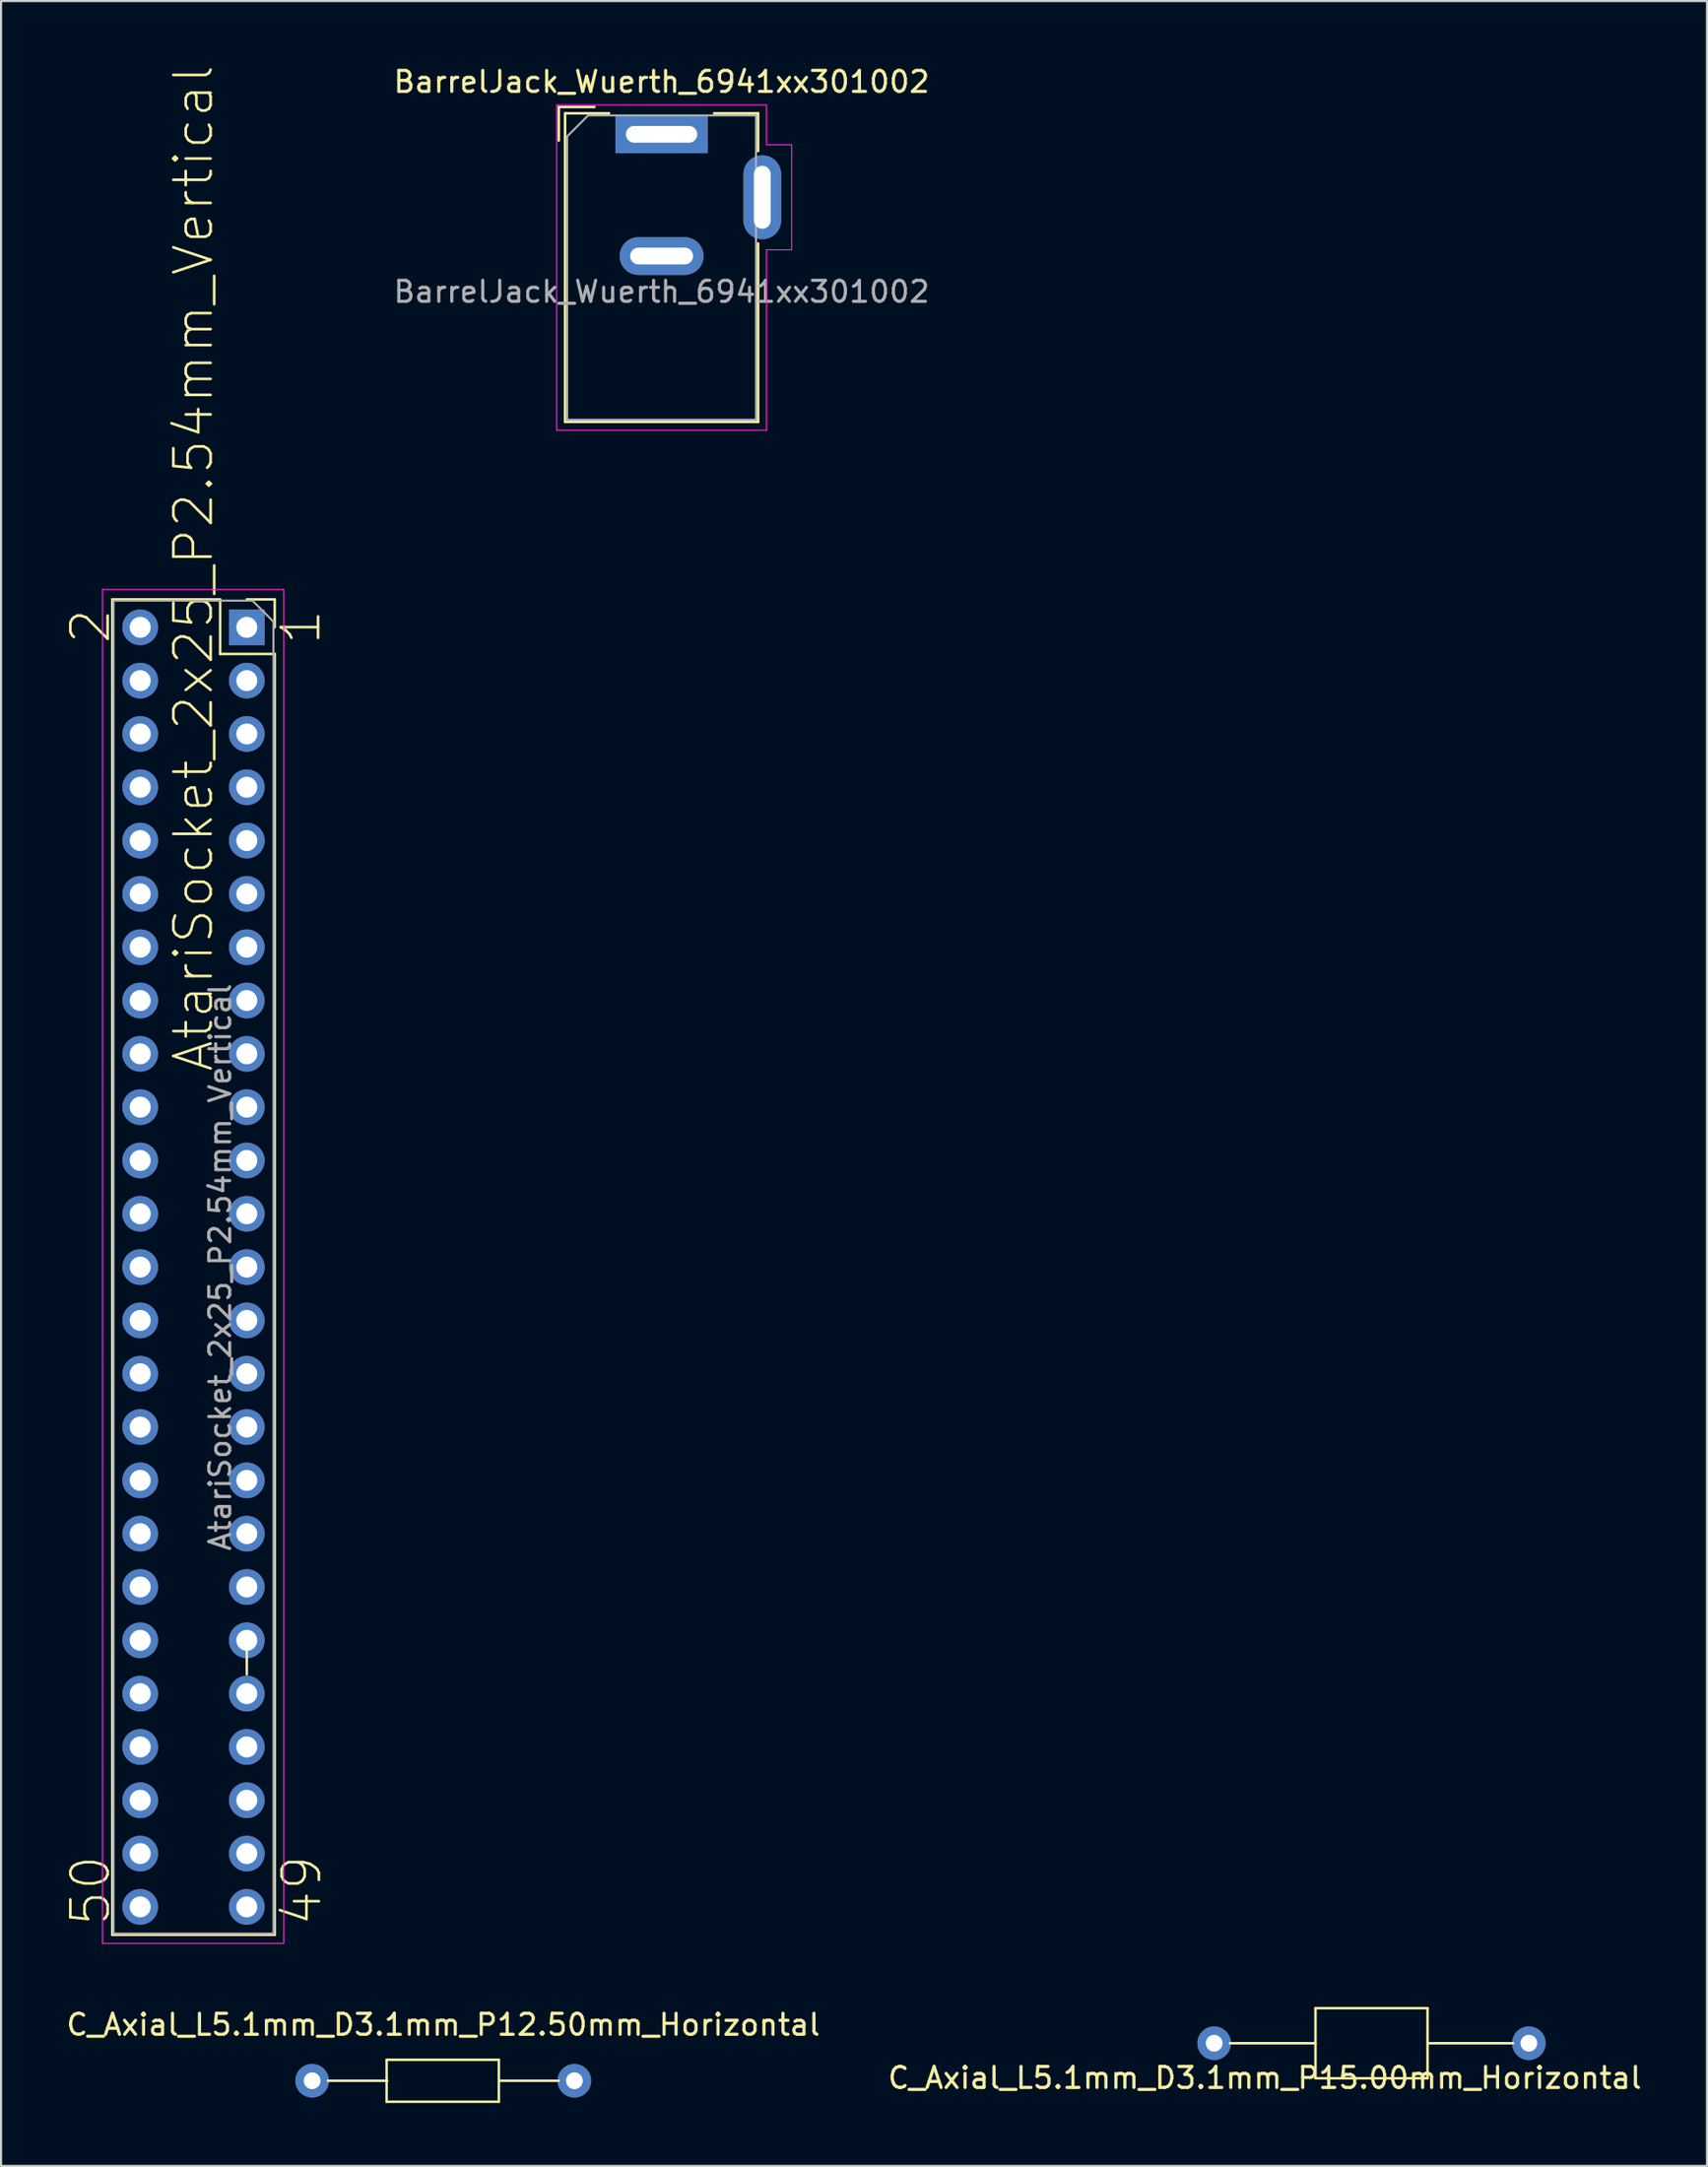
<source format=kicad_pcb>
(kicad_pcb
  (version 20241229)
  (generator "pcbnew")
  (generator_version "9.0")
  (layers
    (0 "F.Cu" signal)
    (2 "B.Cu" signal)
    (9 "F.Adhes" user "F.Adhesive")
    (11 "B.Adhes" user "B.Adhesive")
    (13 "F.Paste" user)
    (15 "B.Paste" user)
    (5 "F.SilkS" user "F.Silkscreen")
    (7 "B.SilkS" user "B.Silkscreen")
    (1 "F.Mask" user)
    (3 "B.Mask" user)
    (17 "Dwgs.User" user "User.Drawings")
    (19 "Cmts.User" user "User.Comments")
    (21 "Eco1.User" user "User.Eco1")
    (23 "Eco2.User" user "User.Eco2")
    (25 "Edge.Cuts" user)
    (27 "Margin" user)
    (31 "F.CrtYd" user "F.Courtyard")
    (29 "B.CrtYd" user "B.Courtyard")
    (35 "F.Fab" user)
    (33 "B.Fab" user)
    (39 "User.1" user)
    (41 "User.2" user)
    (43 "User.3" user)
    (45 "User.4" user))
  (footprint "C_Axial_L5.1mm_D3.1mm_P12.50mm_Horizontal"
    (layer "F.Cu")
    (at 11.827 96.079)
    (property "Reference" "C_Axial_L5.1mm_D3.1mm_P12.50mm_Horizontal" (at 6.25 -2.67 0) (layer "F.SilkS") (effects (font (size 1 1) (thickness 0.15))))
    (attr through_hole)
    (fp_line (start 0.75 0) (end 3.58 0) (stroke (width 0.12) (type solid)) (layer "F.SilkS"))
    (fp_line (start 3.55 -1) (end 3.55 1) (stroke (width 0.12) (type solid)) (layer "F.SilkS"))
    (fp_line (start 3.55 1) (end 8.9 1) (stroke (width 0.12) (type solid)) (layer "F.SilkS"))
    (fp_line (start 8.9 -1) (end 3.55 -1) (stroke (width 0.12) (type solid)) (layer "F.SilkS"))
    (fp_line (start 8.9 1) (end 8.9 -1) (stroke (width 0.12) (type solid)) (layer "F.SilkS"))
    (fp_line (start 11.75 0) (end 8.92 0) (stroke (width 0.12) (type solid)) (layer "F.SilkS"))
    (pad "1" thru_hole circle (at 0 0) (size 1.6 1.6) (drill 0.8) (layers "*.Cu" "*.Mask"))
    (pad "2" thru_hole oval (at 12.5 0) (size 1.6 1.6) (drill 0.8) (layers "*.Cu" "*.Mask")))
  (footprint "BarrelJack_Wuerth_6941xx301002"
    (layer "F.Cu")
    (at 28.483 3.348)
    (property "Reference" "BarrelJack_Wuerth_6941xx301002" (at 0 -2.5 0) (layer "F.SilkS") (effects (font (size 1 1) (thickness 0.15))))
    (attr through_hole)
    (fp_line (start -4.9 -1.3) (end -4.9 0.3) (stroke (width 0.12) (type solid)) (layer "F.SilkS"))
    (fp_line (start -4.6 -1) (end -2.5 -1) (stroke (width 0.12) (type solid)) (layer "F.SilkS"))
    (fp_line (start -4.6 13.7) (end -4.6 -1) (stroke (width 0.12) (type solid)) (layer "F.SilkS"))
    (fp_line (start -3.2 -1.3) (end -4.9 -1.3) (stroke (width 0.12) (type solid)) (layer "F.SilkS"))
    (fp_line (start 2.5 -1) (end 4.6 -1) (stroke (width 0.12) (type solid)) (layer "F.SilkS"))
    (fp_line (start 4.6 -1) (end 4.6 0.8) (stroke (width 0.12) (type solid)) (layer "F.SilkS"))
    (fp_line (start 4.6 5.2) (end 4.6 13.7) (stroke (width 0.12) (type solid)) (layer "F.SilkS"))
    (fp_line (start 4.6 13.7) (end -4.6 13.7) (stroke (width 0.12) (type solid)) (layer "F.SilkS"))
    (fp_line (start -5 -1.4) (end -5 14.1) (stroke (width 0.05) (type solid)) (layer "F.CrtYd"))
    (fp_line (start -5 14.1) (end 5 14.1) (stroke (width 0.05) (type solid)) (layer "F.CrtYd"))
    (fp_line (start 5 -1.4) (end -5 -1.4) (stroke (width 0.05) (type solid)) (layer "F.CrtYd"))
    (fp_line (start 5 0.5) (end 5 -1.4) (stroke (width 0.05) (type solid)) (layer "F.CrtYd"))
    (fp_line (start 5 14.1) (end 5 5.5) (stroke (width 0.05) (type solid)) (layer "F.CrtYd"))
    (fp_line (start 6.2 0.5) (end 5 0.5) (stroke (width 0.05) (type solid)) (layer "F.CrtYd"))
    (fp_line (start 6.2 0.5) (end 6.2 5.5) (stroke (width 0.05) (type solid)) (layer "F.CrtYd"))
    (fp_line (start 6.2 5.5) (end 5 5.5) (stroke (width 0.05) (type solid)) (layer "F.CrtYd"))
    (fp_line (start -4.5 0.1) (end -3.5 -0.9) (stroke (width 0.1) (type solid)) (layer "F.Fab"))
    (fp_line (start -4.5 13.6) (end -4.5 0.1) (stroke (width 0.1) (type solid)) (layer "F.Fab"))
    (fp_line (start 4.5 -0.9) (end -3.5 -0.9) (stroke (width 0.1) (type solid)) (layer "F.Fab"))
    (fp_line (start 4.5 -0.9) (end 4.5 13.6) (stroke (width 0.1) (type solid)) (layer "F.Fab"))
    (fp_line (start 4.5 13.6) (end -4.5 13.6) (stroke (width 0.1) (type solid)) (layer "F.Fab"))
    (fp_text user "${REFERENCE}" (at 0 7.5 0) (layer "F.Fab") (effects (font (size 1 1) (thickness 0.15))))
    (pad "1" thru_hole oval (at 0 5.8) (size 4 1.8) (drill oval 3 0.8) (layers "*.Cu" "*.Mask"))
    (pad "2" thru_hole rect (at 0 0) (size 4.4 1.8) (drill oval 3.4 0.8) (layers "*.Cu" "*.Mask"))
    (pad "3" thru_hole oval (at 4.8 3 90) (size 4 1.8) (drill oval 3 0.8) (layers "*.Cu" "*.Mask")))
  (footprint "C_Axial_L5.1mm_D3.1mm_P15.00mm_Horizontal"
    (layer "F.Cu")
    (at 54.819 94.291)
    (property "Reference" "C_Axial_L5.1mm_D3.1mm_P15.00mm_Horizontal" (at 2.413 1.651 0) (layer "F.SilkS") (effects (font (size 1 1) (thickness 0.15))))
    (attr through_hole)
    (fp_line (start 0.75 0) (end 4.83 0) (stroke (width 0.12) (type solid)) (layer "F.SilkS"))
    (fp_line (start 4.83 -1.67) (end 4.83 1.67) (stroke (width 0.12) (type solid)) (layer "F.SilkS"))
    (fp_line (start 4.83 1.67) (end 10.17 1.67) (stroke (width 0.12) (type solid)) (layer "F.SilkS"))
    (fp_line (start 10.17 -1.67) (end 4.83 -1.67) (stroke (width 0.12) (type solid)) (layer "F.SilkS"))
    (fp_line (start 10.17 1.67) (end 10.17 -1.67) (stroke (width 0.12) (type solid)) (layer "F.SilkS"))
    (fp_line (start 14.25 0) (end 10.17 0) (stroke (width 0.12) (type solid)) (layer "F.SilkS"))
    (pad "1" thru_hole circle (at 0 0) (size 1.6 1.6) (drill 0.8) (layers "*.Cu" "*.Mask"))
    (pad "2" thru_hole oval (at 15 0) (size 1.6 1.6) (drill 0.8) (layers "*.Cu" "*.Mask")))
  (footprint "AtariSocket_2x25_P2.54mm_Vertical"
    (layer "F.Cu")
    (at 6.173 26.836)
    (property "Reference" "AtariSocket_2x25_P2.54mm_Vertical" (at 0 -2.82 270) (layer "F.SilkS") (effects (font (size 1.778 1.778) (thickness 0.127))))
    (attr through_hole)
    (fp_line (start -3.87 -1.33) (end -3.87 62.29) (stroke (width 0.12) (type solid)) (layer "F.SilkS"))
    (fp_line (start -3.87 -1.33) (end 1.27 -1.33) (stroke (width 0.12) (type solid)) (layer "F.SilkS"))
    (fp_line (start -3.87 62.29) (end 3.87 62.29) (stroke (width 0.12) (type solid)) (layer "F.SilkS"))
    (fp_line (start 1.27 -1.33) (end 1.27 1.27) (stroke (width 0.12) (type solid)) (layer "F.SilkS"))
    (fp_line (start 1.27 1.27) (end 3.87 1.27) (stroke (width 0.12) (type solid)) (layer "F.SilkS"))
    (fp_line (start 2.54 -1.33) (end 3.87 -1.33) (stroke (width 0.12) (type solid)) (layer "F.SilkS"))
    (fp_line (start 2.54 49.88) (end 2.54 47.93) (stroke (width 0.12) (type solid)) (layer "F.SilkS"))
    (fp_line (start 3.87 -1.33) (end 3.87 0) (stroke (width 0.12) (type solid)) (layer "F.SilkS"))
    (fp_line (start 3.87 1.27) (end 3.87 62.29) (stroke (width 0.12) (type solid)) (layer "F.SilkS"))
    (fp_line (start -4.34 -1.8) (end 4.3 -1.8) (stroke (width 0.05) (type solid)) (layer "F.CrtYd"))
    (fp_line (start -4.34 62.7) (end -4.34 -1.8) (stroke (width 0.05) (type solid)) (layer "F.CrtYd"))
    (fp_line (start 4.3 -1.8) (end 4.3 62.7) (stroke (width 0.05) (type solid)) (layer "F.CrtYd"))
    (fp_line (start 4.3 62.7) (end -4.34 62.7) (stroke (width 0.05) (type solid)) (layer "F.CrtYd"))
    (fp_line (start -3.81 -1.27) (end 2.81 -1.27) (stroke (width 0.1) (type solid)) (layer "F.Fab"))
    (fp_line (start -3.81 62.23) (end -3.81 -1.27) (stroke (width 0.1) (type solid)) (layer "F.Fab"))
    (fp_line (start 2.81 -1.27) (end 3.81 -0.27) (stroke (width 0.1) (type solid)) (layer "F.Fab"))
    (fp_line (start 3.81 -0.27) (end 3.81 62.23) (stroke (width 0.1) (type solid)) (layer "F.Fab"))
    (fp_line (start 3.81 62.23) (end -3.81 62.23) (stroke (width 0.1) (type solid)) (layer "F.Fab"))
    (fp_text user "1" (at 5.12 -0.01 270) (layer "F.SilkS") (effects (font (size 1.778 1.778) (thickness 0.127))))
    (fp_text user "2" (at -4.91 -0.05 270) (layer "F.SilkS") (effects (font (size 1.778 1.778) (thickness 0.127))))
    (fp_text user "49" (at 5.16 60.18 270) (layer "F.SilkS") (effects (font (size 1.778 1.778) (thickness 0.127))))
    (fp_text user "50" (at -4.91 60.18 270) (layer "F.SilkS") (effects (font (size 1.778 1.778) (thickness 0.127))))
    (fp_text user "${REFERENCE}" (at 1.27 30.48 90) (layer "F.Fab") (effects (font (size 1 1) (thickness 0.15))))
    (pad "1" thru_hole rect (at 2.54 0) (size 1.7 1.7) (drill 1) (layers "*.Cu" "*.Mask"))
    (pad "2" thru_hole oval (at -2.54 0) (size 1.7 1.7) (drill 1) (layers "*.Cu" "*.Mask"))
    (pad "3" thru_hole oval (at 2.54 2.54) (size 1.7 1.7) (drill 1) (layers "*.Cu" "*.Mask"))
    (pad "4" thru_hole oval (at -2.54 2.54) (size 1.7 1.7) (drill 1) (layers "*.Cu" "*.Mask"))
    (pad "5" thru_hole oval (at 2.54 5.08) (size 1.7 1.7) (drill 1) (layers "*.Cu" "*.Mask"))
    (pad "6" thru_hole oval (at -2.54 5.08) (size 1.7 1.7) (drill 1) (layers "*.Cu" "*.Mask"))
    (pad "7" thru_hole oval (at 2.54 7.62) (size 1.7 1.7) (drill 1) (layers "*.Cu" "*.Mask"))
    (pad "8" thru_hole oval (at -2.54 7.62) (size 1.7 1.7) (drill 1) (layers "*.Cu" "*.Mask"))
    (pad "9" thru_hole oval (at 2.54 10.16) (size 1.7 1.7) (drill 1) (layers "*.Cu" "*.Mask"))
    (pad "10" thru_hole oval (at -2.54 10.16) (size 1.7 1.7) (drill 1) (layers "*.Cu" "*.Mask"))
    (pad "11" thru_hole oval (at 2.54 12.7) (size 1.7 1.7) (drill 1) (layers "*.Cu" "*.Mask"))
    (pad "12" thru_hole oval (at -2.54 12.7) (size 1.7 1.7) (drill 1) (layers "*.Cu" "*.Mask"))
    (pad "13" thru_hole oval (at 2.54 15.24) (size 1.7 1.7) (drill 1) (layers "*.Cu" "*.Mask"))
    (pad "14" thru_hole oval (at -2.54 15.24) (size 1.7 1.7) (drill 1) (layers "*.Cu" "*.Mask"))
    (pad "15" thru_hole oval (at 2.54 17.78) (size 1.7 1.7) (drill 1) (layers "*.Cu" "*.Mask"))
    (pad "16" thru_hole oval (at -2.54 17.78) (size 1.7 1.7) (drill 1) (layers "*.Cu" "*.Mask"))
    (pad "17" thru_hole oval (at 2.54 20.32) (size 1.7 1.7) (drill 1) (layers "*.Cu" "*.Mask"))
    (pad "18" thru_hole oval (at -2.54 20.32) (size 1.7 1.7) (drill 1) (layers "*.Cu" "*.Mask"))
    (pad "19" thru_hole oval (at 2.54 22.86) (size 1.7 1.7) (drill 1) (layers "*.Cu" "*.Mask"))
    (pad "20" thru_hole oval (at -2.54 22.86) (size 1.7 1.7) (drill 1) (layers "*.Cu" "*.Mask"))
    (pad "21" thru_hole oval (at 2.54 25.4) (size 1.7 1.7) (drill 1) (layers "*.Cu" "*.Mask"))
    (pad "22" thru_hole oval (at -2.54 25.4) (size 1.7 1.7) (drill 1) (layers "*.Cu" "*.Mask"))
    (pad "23" thru_hole oval (at 2.54 27.94) (size 1.7 1.7) (drill 1) (layers "*.Cu" "*.Mask"))
    (pad "24" thru_hole oval (at -2.54 27.94) (size 1.7 1.7) (drill 1) (layers "*.Cu" "*.Mask"))
    (pad "25" thru_hole oval (at 2.54 30.48) (size 1.7 1.7) (drill 1) (layers "*.Cu" "*.Mask"))
    (pad "26" thru_hole oval (at -2.54 30.48) (size 1.7 1.7) (drill 1) (layers "*.Cu" "*.Mask"))
    (pad "27" thru_hole oval (at 2.54 33.02) (size 1.7 1.7) (drill 1) (layers "*.Cu" "*.Mask"))
    (pad "28" thru_hole oval (at -2.54 33.02) (size 1.7 1.7) (drill 1) (layers "*.Cu" "*.Mask"))
    (pad "29" thru_hole oval (at 2.54 35.56) (size 1.7 1.7) (drill 1) (layers "*.Cu" "*.Mask"))
    (pad "30" thru_hole oval (at -2.54 35.56) (size 1.7 1.7) (drill 1) (layers "*.Cu" "*.Mask"))
    (pad "31" thru_hole oval (at 2.54 38.1) (size 1.7 1.7) (drill 1) (layers "*.Cu" "*.Mask"))
    (pad "32" thru_hole oval (at -2.54 38.1) (size 1.7 1.7) (drill 1) (layers "*.Cu" "*.Mask"))
    (pad "33" thru_hole oval (at 2.54 40.64) (size 1.7 1.7) (drill 1) (layers "*.Cu" "*.Mask"))
    (pad "34" thru_hole oval (at -2.54 40.64) (size 1.7 1.7) (drill 1) (layers "*.Cu" "*.Mask"))
    (pad "35" thru_hole oval (at 2.54 43.18) (size 1.7 1.7) (drill 1) (layers "*.Cu" "*.Mask"))
    (pad "36" thru_hole oval (at -2.54 43.18) (size 1.7 1.7) (drill 1) (layers "*.Cu" "*.Mask"))
    (pad "37" thru_hole oval (at 2.54 45.72) (size 1.7 1.7) (drill 1) (layers "*.Cu" "*.Mask"))
    (pad "38" thru_hole oval (at -2.54 45.72) (size 1.7 1.7) (drill 1) (layers "*.Cu" "*.Mask"))
    (pad "39" thru_hole oval (at 2.54 48.26) (size 1.7 1.7) (drill 1) (layers "*.Cu" "*.Mask"))
    (pad "40" thru_hole oval (at -2.54 48.26) (size 1.7 1.7) (drill 1) (layers "*.Cu" "*.Mask"))
    (pad "41" thru_hole oval (at 2.54 50.8) (size 1.7 1.7) (drill 1) (layers "*.Cu" "*.Mask"))
    (pad "42" thru_hole oval (at -2.54 50.8) (size 1.7 1.7) (drill 1) (layers "*.Cu" "*.Mask"))
    (pad "43" thru_hole oval (at 2.54 53.34) (size 1.7 1.7) (drill 1) (layers "*.Cu" "*.Mask"))
    (pad "44" thru_hole oval (at -2.54 53.34) (size 1.7 1.7) (drill 1) (layers "*.Cu" "*.Mask"))
    (pad "45" thru_hole oval (at 2.54 55.88) (size 1.7 1.7) (drill 1) (layers "*.Cu" "*.Mask"))
    (pad "46" thru_hole oval (at -2.54 55.88) (size 1.7 1.7) (drill 1) (layers "*.Cu" "*.Mask"))
    (pad "47" thru_hole oval (at 2.54 58.42) (size 1.7 1.7) (drill 1) (layers "*.Cu" "*.Mask"))
    (pad "48" thru_hole oval (at -2.54 58.42) (size 1.7 1.7) (drill 1) (layers "*.Cu" "*.Mask"))
    (pad "49" thru_hole oval (at 2.54 60.96) (size 1.7 1.7) (drill 1) (layers "*.Cu" "*.Mask"))
    (pad "50" thru_hole oval (at -2.54 60.96) (size 1.7 1.7) (drill 1) (layers "*.Cu" "*.Mask")))
  (gr_rect
    (start -3 -3)
    (end 78.31 100.139)
    (stroke (width 0.1) (type default))
    (fill no)
    (layer "Edge.Cuts")))
</source>
